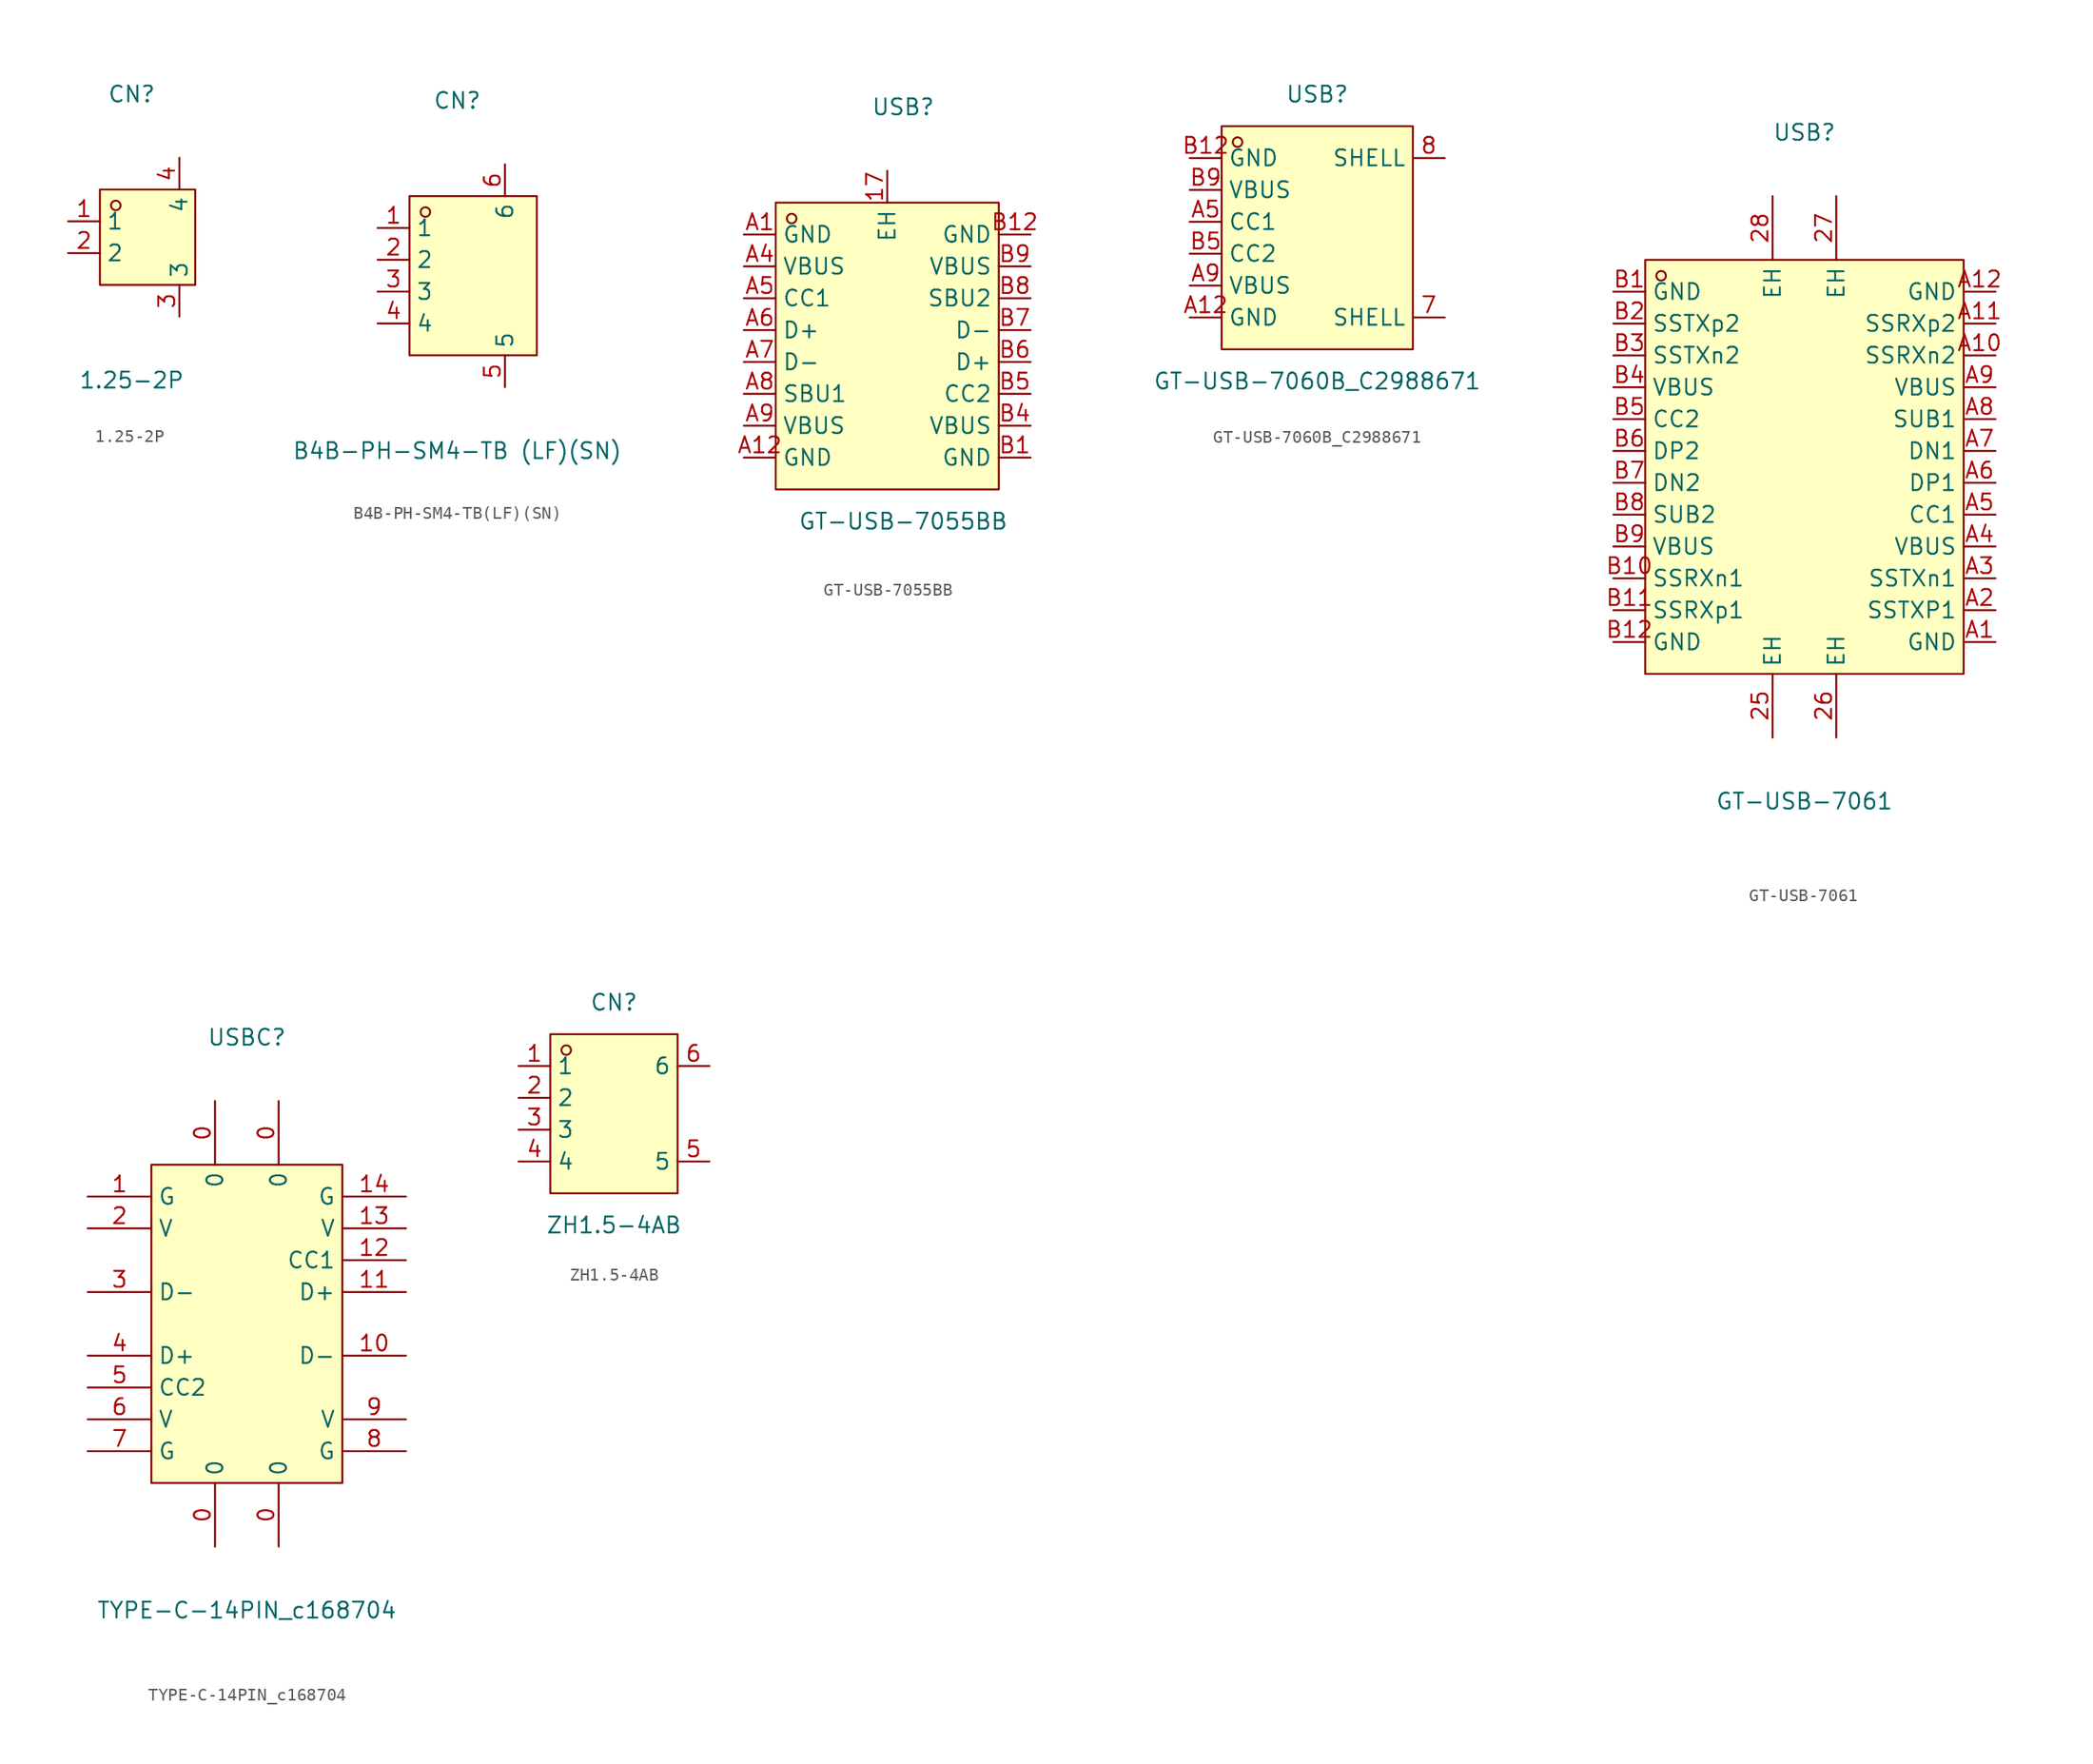
<source format=kicad_sym>
(kicad_symbol_lib
  (version 20211014)
  (generator https://github.com/uPesy/easyeda2kicad.py)
  (symbol "1.25-2P"
    (property "Reference" "CN"
      (at 0 11.43 0)
      (effects (font (size 1.27 1.27))))
    (property "Value" "1.25-2P"
      (at 0 -11.43 0)
      (effects (font (size 1.27 1.27))))
    (symbol "1.25-2P_0_1"
      (rectangle (start -2.54 3.81) (end 5.08 -3.81) (stroke (width 0) (type default) (color 0 0 0 0)) (fill (type background)))
      (circle (center -1.27 2.54) (radius 0.38) (stroke (width 0) (type default) (color 0 0 0 0)) (fill (type none)))
      (pin unspecified line (at -5.08 1.27 0) (length 2.54) (name "1" (effects (font (size 1.27 1.27)))) (number "1" (effects (font (size 1.27 1.27)))))
      (pin unspecified line (at -5.08 -1.27 0) (length 2.54) (name "2" (effects (font (size 1.27 1.27)))) (number "2" (effects (font (size 1.27 1.27)))))
      (pin unspecified line (at 3.81 -6.35 90) (length 2.54) (name "3" (effects (font (size 1.27 1.27)))) (number "3" (effects (font (size 1.27 1.27)))))
      (pin unspecified line (at 3.81 6.35 270) (length 2.54) (name "4" (effects (font (size 1.27 1.27)))) (number "4" (effects (font (size 1.27 1.27)))))))
  (symbol "B4B-PH-SM4-TB(LF)(SN)"
    (property "Reference" "CN"
      (at 0 13.97 0)
      (effects (font (size 1.27 1.27))))
    (property "Value" "B4B-PH-SM4-TB (LF)(SN)"
      (at 0 -13.97 0)
      (effects (font (size 1.27 1.27))))
    (symbol "B4B-PH-SM4-TB(LF)(SN)_0_1"
      (rectangle (start -3.81 6.35) (end 6.35 -6.35) (stroke (width 0) (type default) (color 0 0 0 0)) (fill (type background)))
      (circle (center -2.54 5.08) (radius 0.38) (stroke (width 0) (type default) (color 0 0 0 0)) (fill (type none)))
      (pin unspecified line (at -6.35 3.81 0) (length 2.54) (name "1" (effects (font (size 1.27 1.27)))) (number "1" (effects (font (size 1.27 1.27)))))
      (pin unspecified line (at -6.35 1.27 0) (length 2.54) (name "2" (effects (font (size 1.27 1.27)))) (number "2" (effects (font (size 1.27 1.27)))))
      (pin unspecified line (at -6.35 -1.27 0) (length 2.54) (name "3" (effects (font (size 1.27 1.27)))) (number "3" (effects (font (size 1.27 1.27)))))
      (pin unspecified line (at -6.35 -3.81 0) (length 2.54) (name "4" (effects (font (size 1.27 1.27)))) (number "4" (effects (font (size 1.27 1.27)))))
      (pin unspecified line (at 3.81 -8.89 90) (length 2.54) (name "5" (effects (font (size 1.27 1.27)))) (number "5" (effects (font (size 1.27 1.27)))))
      (pin unspecified line (at 3.81 8.89 270) (length 2.54) (name "6" (effects (font (size 1.27 1.27)))) (number "6" (effects (font (size 1.27 1.27)))))))
  (symbol "GT-USB-7055BB"
    (property "Reference" "USB"
      (at 0 17.78 0)
      (effects (font (size 1.27 1.27))))
    (property "Value" "GT-USB-7055BB"
      (at 0 -15.24 0)
      (effects (font (size 1.27 1.27))))
    (symbol "GT-USB-7055BB_0_1"
      (rectangle (start -10.16 10.16) (end 7.62 -12.70) (stroke (width 0) (type default) (color 0 0 0 0)) (fill (type background)))
      (circle (center -8.89 8.89) (radius 0.38) (stroke (width 0) (type default) (color 0 0 0 0)) (fill (type none)))
      (pin unspecified line (at -12.70 7.62 0) (length 2.54) (name "GND" (effects (font (size 1.27 1.27)))) (number "A1" (effects (font (size 1.27 1.27)))))
      (pin unspecified line (at -12.70 5.08 0) (length 2.54) (name "VBUS" (effects (font (size 1.27 1.27)))) (number "A4" (effects (font (size 1.27 1.27)))))
      (pin unspecified line (at -12.70 2.54 0) (length 2.54) (name "CC1" (effects (font (size 1.27 1.27)))) (number "A5" (effects (font (size 1.27 1.27)))))
      (pin unspecified line (at -12.70 -0.00 0) (length 2.54) (name "D+" (effects (font (size 1.27 1.27)))) (number "A6" (effects (font (size 1.27 1.27)))))
      (pin unspecified line (at -12.70 -2.54 0) (length 2.54) (name "D-" (effects (font (size 1.27 1.27)))) (number "A7" (effects (font (size 1.27 1.27)))))
      (pin unspecified line (at -12.70 -5.08 0) (length 2.54) (name "SBU1" (effects (font (size 1.27 1.27)))) (number "A8" (effects (font (size 1.27 1.27)))))
      (pin unspecified line (at -12.70 -7.62 0) (length 2.54) (name "VBUS" (effects (font (size 1.27 1.27)))) (number "A9" (effects (font (size 1.27 1.27)))))
      (pin unspecified line (at -12.70 -10.16 0) (length 2.54) (name "GND" (effects (font (size 1.27 1.27)))) (number "A12" (effects (font (size 1.27 1.27)))))
      (pin unspecified line (at 10.16 -10.16 180) (length 2.54) (name "GND" (effects (font (size 1.27 1.27)))) (number "B1" (effects (font (size 1.27 1.27)))))
      (pin unspecified line (at 10.16 -7.62 180) (length 2.54) (name "VBUS" (effects (font (size 1.27 1.27)))) (number "B4" (effects (font (size 1.27 1.27)))))
      (pin unspecified line (at 10.16 -5.08 180) (length 2.54) (name "CC2" (effects (font (size 1.27 1.27)))) (number "B5" (effects (font (size 1.27 1.27)))))
      (pin unspecified line (at 10.16 -2.54 180) (length 2.54) (name "D+" (effects (font (size 1.27 1.27)))) (number "B6" (effects (font (size 1.27 1.27)))))
      (pin unspecified line (at 10.16 -0.00 180) (length 2.54) (name "D-" (effects (font (size 1.27 1.27)))) (number "B7" (effects (font (size 1.27 1.27)))))
      (pin unspecified line (at 10.16 2.54 180) (length 2.54) (name "SBU2" (effects (font (size 1.27 1.27)))) (number "B8" (effects (font (size 1.27 1.27)))))
      (pin unspecified line (at 10.16 5.08 180) (length 2.54) (name "VBUS" (effects (font (size 1.27 1.27)))) (number "B9" (effects (font (size 1.27 1.27)))))
      (pin unspecified line (at 10.16 7.62 180) (length 2.54) (name "GND" (effects (font (size 1.27 1.27)))) (number "B12" (effects (font (size 1.27 1.27)))))
      (pin unspecified line (at -1.27 12.70 270) (length 2.54) (name "EH" (effects (font (size 1.27 1.27)))) (number "17" (effects (font (size 1.27 1.27)))))))
  (symbol "GT-USB-7060B_C2988671"
    (property "Reference" "USB"
      (at 0 11.43 0)
      (effects (font (size 1.27 1.27))))
    (property "Value" "GT-USB-7060B_C2988671"
      (at 0 -11.43 0)
      (effects (font (size 1.27 1.27))))
    (symbol "GT-USB-7060B_C2988671_0_1"
      (rectangle (start -7.62 8.89) (end 7.62 -8.89) (stroke (width 0) (type default) (color 0 0 0 0)) (fill (type background)))
      (circle (center -6.35 7.62) (radius 0.38) (stroke (width 0) (type default) (color 0 0 0 0)) (fill (type none)))
      (pin unspecified line (at -10.16 6.35 0) (length 2.54) (name "GND" (effects (font (size 1.27 1.27)))) (number "B12" (effects (font (size 1.27 1.27)))))
      (pin unspecified line (at -10.16 3.81 0) (length 2.54) (name "VBUS" (effects (font (size 1.27 1.27)))) (number "B9" (effects (font (size 1.27 1.27)))))
      (pin unspecified line (at -10.16 1.27 0) (length 2.54) (name "CC1" (effects (font (size 1.27 1.27)))) (number "A5" (effects (font (size 1.27 1.27)))))
      (pin unspecified line (at -10.16 -1.27 0) (length 2.54) (name "CC2" (effects (font (size 1.27 1.27)))) (number "B5" (effects (font (size 1.27 1.27)))))
      (pin unspecified line (at -10.16 -3.81 0) (length 2.54) (name "VBUS" (effects (font (size 1.27 1.27)))) (number "A9" (effects (font (size 1.27 1.27)))))
      (pin unspecified line (at -10.16 -6.35 0) (length 2.54) (name "GND" (effects (font (size 1.27 1.27)))) (number "A12" (effects (font (size 1.27 1.27)))))
      (pin unspecified line (at 10.16 6.35 180) (length 2.54) (name "SHELL" (effects (font (size 1.27 1.27)))) (number "8" (effects (font (size 1.27 1.27)))))
      (pin unspecified line (at 10.16 -6.35 180) (length 2.54) (name "SHELL" (effects (font (size 1.27 1.27)))) (number "7" (effects (font (size 1.27 1.27)))))))
  (symbol "GT-USB-7061"
    (property "Reference" "USB"
      (at 0 25.40 0)
      (effects (font (size 1.27 1.27))))
    (property "Value" "GT-USB-7061"
      (at 0 -27.94 0)
      (effects (font (size 1.27 1.27))))
    (symbol "GT-USB-7061_0_1"
      (rectangle (start -12.70 15.24) (end 12.70 -17.78) (stroke (width 0) (type default) (color 0 0 0 0)) (fill (type background)))
      (circle (center -11.43 13.97) (radius 0.38) (stroke (width 0) (type default) (color 0 0 0 0)) (fill (type none)))
      (pin unspecified line (at -2.54 20.32 270) (length 5.08) (name "EH" (effects (font (size 1.27 1.27)))) (number "28" (effects (font (size 1.27 1.27)))))
      (pin unspecified line (at 2.54 20.32 270) (length 5.08) (name "EH" (effects (font (size 1.27 1.27)))) (number "27" (effects (font (size 1.27 1.27)))))
      (pin unspecified line (at 2.54 -22.86 90) (length 5.08) (name "EH" (effects (font (size 1.27 1.27)))) (number "26" (effects (font (size 1.27 1.27)))))
      (pin unspecified line (at -2.54 -22.86 90) (length 5.08) (name "EH" (effects (font (size 1.27 1.27)))) (number "25" (effects (font (size 1.27 1.27)))))
      (pin unspecified line (at -15.24 12.70 0) (length 2.54) (name "GND" (effects (font (size 1.27 1.27)))) (number "B1" (effects (font (size 1.27 1.27)))))
      (pin unspecified line (at -15.24 10.16 0) (length 2.54) (name "SSTXp2" (effects (font (size 1.27 1.27)))) (number "B2" (effects (font (size 1.27 1.27)))))
      (pin unspecified line (at -15.24 7.62 0) (length 2.54) (name "SSTXn2" (effects (font (size 1.27 1.27)))) (number "B3" (effects (font (size 1.27 1.27)))))
      (pin unspecified line (at -15.24 5.08 0) (length 2.54) (name "VBUS" (effects (font (size 1.27 1.27)))) (number "B4" (effects (font (size 1.27 1.27)))))
      (pin unspecified line (at -15.24 2.54 0) (length 2.54) (name "CC2" (effects (font (size 1.27 1.27)))) (number "B5" (effects (font (size 1.27 1.27)))))
      (pin unspecified line (at -15.24 -0.00 0) (length 2.54) (name "DP2" (effects (font (size 1.27 1.27)))) (number "B6" (effects (font (size 1.27 1.27)))))
      (pin unspecified line (at -15.24 -2.54 0) (length 2.54) (name "DN2" (effects (font (size 1.27 1.27)))) (number "B7" (effects (font (size 1.27 1.27)))))
      (pin unspecified line (at -15.24 -5.08 0) (length 2.54) (name "SUB2" (effects (font (size 1.27 1.27)))) (number "B8" (effects (font (size 1.27 1.27)))))
      (pin unspecified line (at -15.24 -7.62 0) (length 2.54) (name "VBUS" (effects (font (size 1.27 1.27)))) (number "B9" (effects (font (size 1.27 1.27)))))
      (pin unspecified line (at -15.24 -10.16 0) (length 2.54) (name "SSRXn1" (effects (font (size 1.27 1.27)))) (number "B10" (effects (font (size 1.27 1.27)))))
      (pin unspecified line (at -15.24 -12.70 0) (length 2.54) (name "SSRXp1" (effects (font (size 1.27 1.27)))) (number "B11" (effects (font (size 1.27 1.27)))))
      (pin unspecified line (at -15.24 -15.24 0) (length 2.54) (name "GND" (effects (font (size 1.27 1.27)))) (number "B12" (effects (font (size 1.27 1.27)))))
      (pin unspecified line (at 15.24 -15.24 180) (length 2.54) (name "GND" (effects (font (size 1.27 1.27)))) (number "A1" (effects (font (size 1.27 1.27)))))
      (pin unspecified line (at 15.24 -12.70 180) (length 2.54) (name "SSTXP1" (effects (font (size 1.27 1.27)))) (number "A2" (effects (font (size 1.27 1.27)))))
      (pin unspecified line (at 15.24 -10.16 180) (length 2.54) (name "SSTXn1" (effects (font (size 1.27 1.27)))) (number "A3" (effects (font (size 1.27 1.27)))))
      (pin unspecified line (at 15.24 -7.62 180) (length 2.54) (name "VBUS" (effects (font (size 1.27 1.27)))) (number "A4" (effects (font (size 1.27 1.27)))))
      (pin unspecified line (at 15.24 -5.08 180) (length 2.54) (name "CC1" (effects (font (size 1.27 1.27)))) (number "A5" (effects (font (size 1.27 1.27)))))
      (pin unspecified line (at 15.24 -2.54 180) (length 2.54) (name "DP1" (effects (font (size 1.27 1.27)))) (number "A6" (effects (font (size 1.27 1.27)))))
      (pin unspecified line (at 15.24 -0.00 180) (length 2.54) (name "DN1" (effects (font (size 1.27 1.27)))) (number "A7" (effects (font (size 1.27 1.27)))))
      (pin unspecified line (at 15.24 2.54 180) (length 2.54) (name "SUB1" (effects (font (size 1.27 1.27)))) (number "A8" (effects (font (size 1.27 1.27)))))
      (pin unspecified line (at 15.24 5.08 180) (length 2.54) (name "VBUS" (effects (font (size 1.27 1.27)))) (number "A9" (effects (font (size 1.27 1.27)))))
      (pin unspecified line (at 15.24 7.62 180) (length 2.54) (name "SSRXn2" (effects (font (size 1.27 1.27)))) (number "A10" (effects (font (size 1.27 1.27)))))
      (pin unspecified line (at 15.24 10.16 180) (length 2.54) (name "SSRXp2" (effects (font (size 1.27 1.27)))) (number "A11" (effects (font (size 1.27 1.27)))))
      (pin unspecified line (at 15.24 12.70 180) (length 2.54) (name "GND" (effects (font (size 1.27 1.27)))) (number "A12" (effects (font (size 1.27 1.27)))))))
  (symbol "TYPE-C-14PIN_c168704"
    (property "Reference" "USBC"
      (at 0 22.86 0)
      (effects (font (size 1.27 1.27))))
    (property "Value" "TYPE-C-14PIN_c168704"
      (at 0 -22.86 0)
      (effects (font (size 1.27 1.27))))
    (symbol "TYPE-C-14PIN_c168704_0_1"
      (rectangle (start -7.62 12.70) (end 7.62 -12.70) (stroke (width 0) (type default) (color 0 0 0 0)) (fill (type background)))
      (pin unspecified line (at -12.70 10.16 0) (length 5.08) (name "G" (effects (font (size 1.27 1.27)))) (number "1" (effects (font (size 1.27 1.27)))))
      (pin unspecified line (at -12.70 7.62 0) (length 5.08) (name "V" (effects (font (size 1.27 1.27)))) (number "2" (effects (font (size 1.27 1.27)))))
      (pin unspecified line (at -12.70 2.54 0) (length 5.08) (name "D-" (effects (font (size 1.27 1.27)))) (number "3" (effects (font (size 1.27 1.27)))))
      (pin unspecified line (at -12.70 -2.54 0) (length 5.08) (name "D+" (effects (font (size 1.27 1.27)))) (number "4" (effects (font (size 1.27 1.27)))))
      (pin unspecified line (at -12.70 -5.08 0) (length 5.08) (name "CC2" (effects (font (size 1.27 1.27)))) (number "5" (effects (font (size 1.27 1.27)))))
      (pin unspecified line (at -12.70 -7.62 0) (length 5.08) (name "V" (effects (font (size 1.27 1.27)))) (number "6" (effects (font (size 1.27 1.27)))))
      (pin unspecified line (at -12.70 -10.16 0) (length 5.08) (name "G" (effects (font (size 1.27 1.27)))) (number "7" (effects (font (size 1.27 1.27)))))
      (pin unspecified line (at 12.70 -10.16 180) (length 5.08) (name "G" (effects (font (size 1.27 1.27)))) (number "8" (effects (font (size 1.27 1.27)))))
      (pin unspecified line (at 12.70 -7.62 180) (length 5.08) (name "V" (effects (font (size 1.27 1.27)))) (number "9" (effects (font (size 1.27 1.27)))))
      (pin unspecified line (at 12.70 -2.54 180) (length 5.08) (name "D-" (effects (font (size 1.27 1.27)))) (number "10" (effects (font (size 1.27 1.27)))))
      (pin unspecified line (at 12.70 2.54 180) (length 5.08) (name "D+" (effects (font (size 1.27 1.27)))) (number "11" (effects (font (size 1.27 1.27)))))
      (pin unspecified line (at 12.70 5.08 180) (length 5.08) (name "CC1" (effects (font (size 1.27 1.27)))) (number "12" (effects (font (size 1.27 1.27)))))
      (pin unspecified line (at 12.70 7.62 180) (length 5.08) (name "V" (effects (font (size 1.27 1.27)))) (number "13" (effects (font (size 1.27 1.27)))))
      (pin unspecified line (at 12.70 10.16 180) (length 5.08) (name "G" (effects (font (size 1.27 1.27)))) (number "14" (effects (font (size 1.27 1.27)))))
      (pin unspecified line (at -2.54 17.78 270) (length 5.08) (name "0" (effects (font (size 1.27 1.27)))) (number "0" (effects (font (size 1.27 1.27)))))
      (pin unspecified line (at 2.54 17.78 270) (length 5.08) (name "0" (effects (font (size 1.27 1.27)))) (number "0" (effects (font (size 1.27 1.27)))))
      (pin unspecified line (at 2.54 -17.78 90) (length 5.08) (name "0" (effects (font (size 1.27 1.27)))) (number "0" (effects (font (size 1.27 1.27)))))
      (pin unspecified line (at -2.54 -17.78 90) (length 5.08) (name "0" (effects (font (size 1.27 1.27)))) (number "0" (effects (font (size 1.27 1.27)))))))
  (symbol "ZH1.5-4AB"
    (property "Reference" "CN"
      (at 0 8.89 0)
      (effects (font (size 1.27 1.27))))
    (property "Value" "ZH1.5-4AB"
      (at 0 -8.89 0)
      (effects (font (size 1.27 1.27))))
    (symbol "ZH1.5-4AB_0_1"
      (rectangle (start -5.08 6.35) (end 5.08 -6.35) (stroke (width 0) (type default) (color 0 0 0 0)) (fill (type background)))
      (circle (center -3.81 5.08) (radius 0.38) (stroke (width 0) (type default) (color 0 0 0 0)) (fill (type none)))
      (pin unspecified line (at -7.62 3.81 0) (length 2.54) (name "1" (effects (font (size 1.27 1.27)))) (number "1" (effects (font (size 1.27 1.27)))))
      (pin unspecified line (at -7.62 1.27 0) (length 2.54) (name "2" (effects (font (size 1.27 1.27)))) (number "2" (effects (font (size 1.27 1.27)))))
      (pin unspecified line (at -7.62 -1.27 0) (length 2.54) (name "3" (effects (font (size 1.27 1.27)))) (number "3" (effects (font (size 1.27 1.27)))))
      (pin unspecified line (at -7.62 -3.81 0) (length 2.54) (name "4" (effects (font (size 1.27 1.27)))) (number "4" (effects (font (size 1.27 1.27)))))
      (pin unspecified line (at 7.62 -3.81 180) (length 2.54) (name "5" (effects (font (size 1.27 1.27)))) (number "5" (effects (font (size 1.27 1.27)))))
      (pin unspecified line (at 7.62 3.81 180) (length 2.54) (name "6" (effects (font (size 1.27 1.27)))) (number "6" (effects (font (size 1.27 1.27))))))))
</source>
